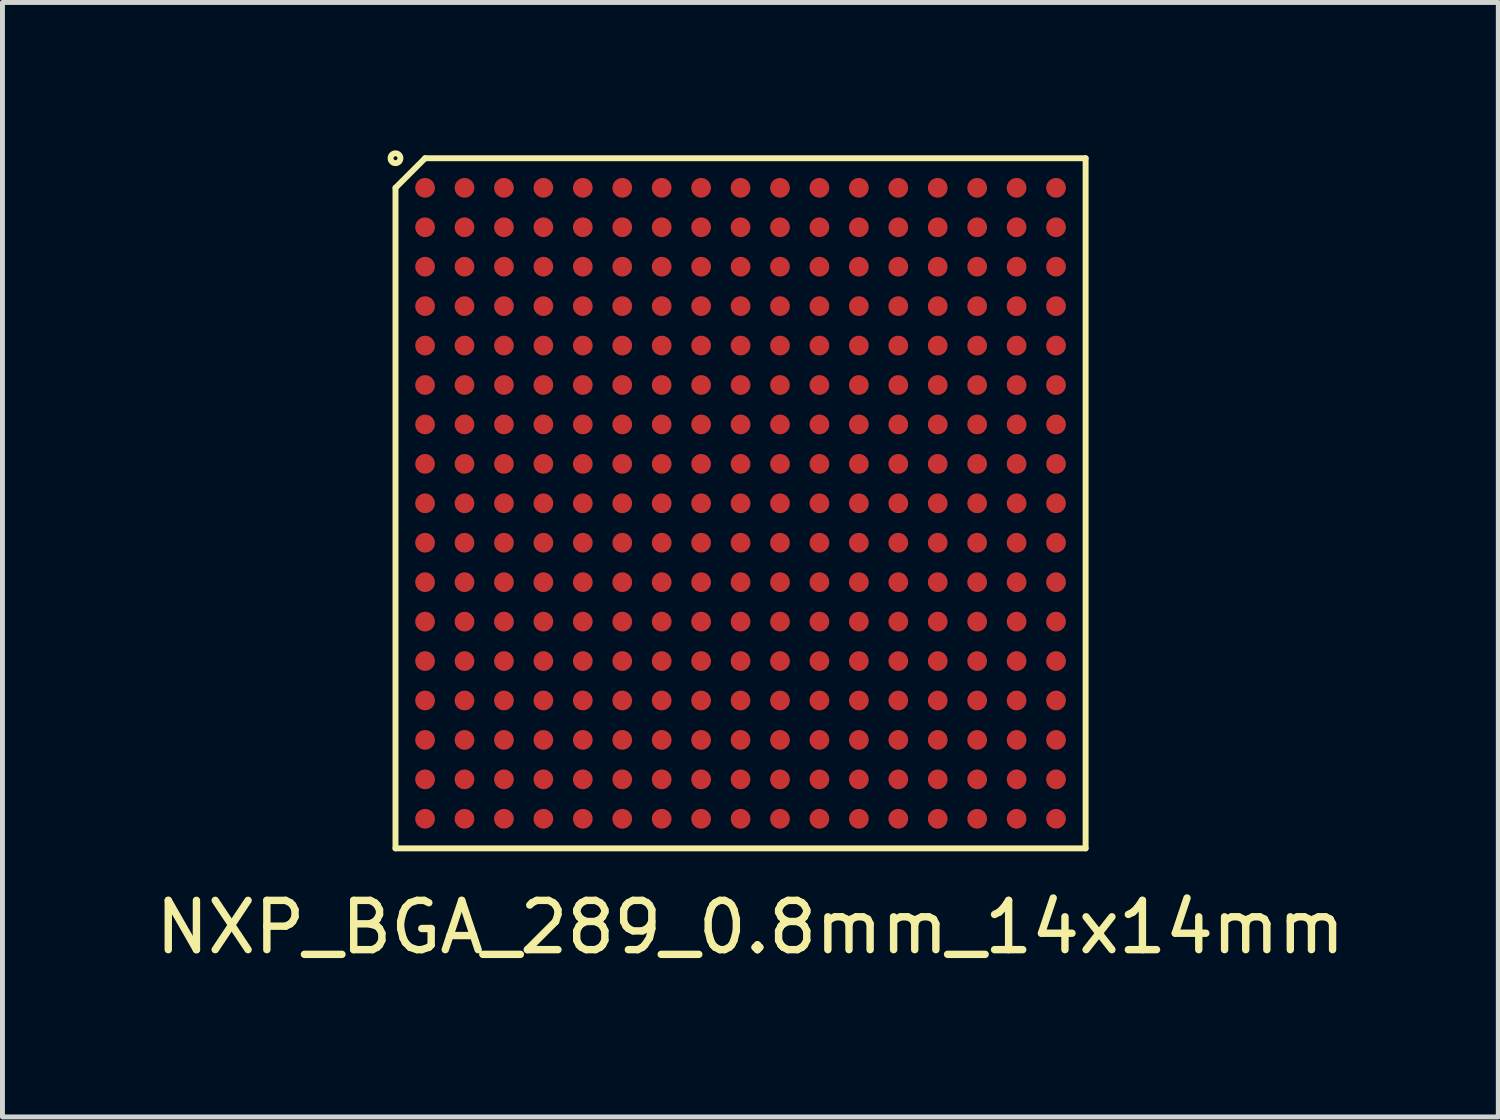
<source format=kicad_pcb>
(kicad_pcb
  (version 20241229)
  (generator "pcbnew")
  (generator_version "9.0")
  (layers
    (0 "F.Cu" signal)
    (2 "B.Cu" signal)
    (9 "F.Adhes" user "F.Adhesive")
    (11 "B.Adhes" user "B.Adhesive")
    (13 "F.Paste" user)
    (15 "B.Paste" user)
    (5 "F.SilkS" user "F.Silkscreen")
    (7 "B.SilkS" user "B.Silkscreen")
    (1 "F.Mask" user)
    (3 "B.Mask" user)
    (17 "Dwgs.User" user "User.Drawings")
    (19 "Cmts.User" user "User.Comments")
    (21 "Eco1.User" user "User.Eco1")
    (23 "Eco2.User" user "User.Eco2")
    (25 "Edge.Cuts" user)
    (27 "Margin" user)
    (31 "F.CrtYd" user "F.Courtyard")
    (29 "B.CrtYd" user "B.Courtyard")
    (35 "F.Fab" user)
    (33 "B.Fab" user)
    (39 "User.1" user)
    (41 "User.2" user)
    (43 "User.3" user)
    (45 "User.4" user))
  (footprint "NXP_BGA_289_0.8mm_14x14mm"
    (layer "F.Cu")
    (at 11.973 7.16)
    (property "Reference" "NXP_BGA_289_0.8mm_14x14mm" (at 0.2 8.6 0) (unlocked yes) (layer "F.SilkS") (effects (font (size 1 1) (thickness 0.15))))
    (attr through_hole)
    (fp_line (start -7 -6.4) (end -7 7) (stroke (width 0.12) (type solid)) (layer "F.SilkS"))
    (fp_line (start -7 7) (end 7 7) (stroke (width 0.12) (type solid)) (layer "F.SilkS"))
    (fp_line (start -6.4 -7) (end -7 -6.4) (stroke (width 0.12) (type solid)) (layer "F.SilkS"))
    (fp_line (start 7 -7) (end -6.4 -7) (stroke (width 0.12) (type solid)) (layer "F.SilkS"))
    (fp_line (start 7 7) (end 7 -7) (stroke (width 0.12) (type solid)) (layer "F.SilkS"))
    (fp_circle (center -7 -7) (end -6.9 -7) (stroke (width 0.12) (type solid)) (fill no) (layer "F.SilkS"))
    (pad "A1" smd circle (at -6.4 -6.4) (size 0.4 0.4) (layers "F.Cu" "F.Mask" "F.Paste"))
    (pad "A2" smd circle (at -5.6 -6.4) (size 0.4 0.4) (layers "F.Cu" "F.Mask" "F.Paste"))
    (pad "A3" smd circle (at -4.8 -6.4) (size 0.4 0.4) (layers "F.Cu" "F.Mask" "F.Paste"))
    (pad "A4" smd circle (at -4 -6.4) (size 0.4 0.4) (layers "F.Cu" "F.Mask" "F.Paste"))
    (pad "A5" smd circle (at -3.2 -6.4) (size 0.4 0.4) (layers "F.Cu" "F.Mask" "F.Paste"))
    (pad "A6" smd circle (at -2.4 -6.4) (size 0.4 0.4) (layers "F.Cu" "F.Mask" "F.Paste"))
    (pad "A7" smd circle (at -1.6 -6.4) (size 0.4 0.4) (layers "F.Cu" "F.Mask" "F.Paste"))
    (pad "A8" smd circle (at -0.8 -6.4) (size 0.4 0.4) (layers "F.Cu" "F.Mask" "F.Paste"))
    (pad "A9" smd circle (at 0 -6.4) (size 0.4 0.4) (layers "F.Cu" "F.Mask" "F.Paste"))
    (pad "A10" smd circle (at 0.8 -6.4) (size 0.4 0.4) (layers "F.Cu" "F.Mask" "F.Paste"))
    (pad "A11" smd circle (at 1.6 -6.4) (size 0.4 0.4) (layers "F.Cu" "F.Mask" "F.Paste"))
    (pad "A12" smd circle (at 2.4 -6.4) (size 0.4 0.4) (layers "F.Cu" "F.Mask" "F.Paste"))
    (pad "A13" smd circle (at 3.2 -6.4) (size 0.4 0.4) (layers "F.Cu" "F.Mask" "F.Paste"))
    (pad "A14" smd circle (at 4 -6.4) (size 0.4 0.4) (layers "F.Cu" "F.Mask" "F.Paste"))
    (pad "A15" smd circle (at 4.8 -6.4) (size 0.4 0.4) (layers "F.Cu" "F.Mask" "F.Paste"))
    (pad "A16" smd circle (at 5.6 -6.4) (size 0.4 0.4) (layers "F.Cu" "F.Mask" "F.Paste"))
    (pad "A17" smd circle (at 6.4 -6.4) (size 0.4 0.4) (layers "F.Cu" "F.Mask" "F.Paste"))
    (pad "B1" smd circle (at -6.4 -5.6) (size 0.4 0.4) (layers "F.Cu" "F.Mask" "F.Paste"))
    (pad "B2" smd circle (at -5.6 -5.6) (size 0.4 0.4) (layers "F.Cu" "F.Mask" "F.Paste"))
    (pad "B3" smd circle (at -4.8 -5.6) (size 0.4 0.4) (layers "F.Cu" "F.Mask" "F.Paste"))
    (pad "B4" smd circle (at -4 -5.6) (size 0.4 0.4) (layers "F.Cu" "F.Mask" "F.Paste"))
    (pad "B5" smd circle (at -3.2 -5.6) (size 0.4 0.4) (layers "F.Cu" "F.Mask" "F.Paste"))
    (pad "B6" smd circle (at -2.4 -5.6) (size 0.4 0.4) (layers "F.Cu" "F.Mask" "F.Paste"))
    (pad "B7" smd circle (at -1.6 -5.6) (size 0.4 0.4) (layers "F.Cu" "F.Mask" "F.Paste"))
    (pad "B8" smd circle (at -0.8 -5.6) (size 0.4 0.4) (layers "F.Cu" "F.Mask" "F.Paste"))
    (pad "B9" smd circle (at 0 -5.6) (size 0.4 0.4) (layers "F.Cu" "F.Mask" "F.Paste"))
    (pad "B10" smd circle (at 0.8 -5.6) (size 0.4 0.4) (layers "F.Cu" "F.Mask" "F.Paste"))
    (pad "B11" smd circle (at 1.6 -5.6) (size 0.4 0.4) (layers "F.Cu" "F.Mask" "F.Paste"))
    (pad "B12" smd circle (at 2.4 -5.6) (size 0.4 0.4) (layers "F.Cu" "F.Mask" "F.Paste"))
    (pad "B13" smd circle (at 3.2 -5.6) (size 0.4 0.4) (layers "F.Cu" "F.Mask" "F.Paste"))
    (pad "B14" smd circle (at 4 -5.6) (size 0.4 0.4) (layers "F.Cu" "F.Mask" "F.Paste"))
    (pad "B15" smd circle (at 4.8 -5.6) (size 0.4 0.4) (layers "F.Cu" "F.Mask" "F.Paste"))
    (pad "B16" smd circle (at 5.6 -5.6) (size 0.4 0.4) (layers "F.Cu" "F.Mask" "F.Paste"))
    (pad "B17" smd circle (at 6.4 -5.6) (size 0.4 0.4) (layers "F.Cu" "F.Mask" "F.Paste"))
    (pad "C1" smd circle (at -6.4 -4.8) (size 0.4 0.4) (layers "F.Cu" "F.Mask" "F.Paste"))
    (pad "C2" smd circle (at -5.6 -4.8) (size 0.4 0.4) (layers "F.Cu" "F.Mask" "F.Paste"))
    (pad "C3" smd circle (at -4.8 -4.8) (size 0.4 0.4) (layers "F.Cu" "F.Mask" "F.Paste"))
    (pad "C4" smd circle (at -4 -4.8) (size 0.4 0.4) (layers "F.Cu" "F.Mask" "F.Paste"))
    (pad "C5" smd circle (at -3.2 -4.8) (size 0.4 0.4) (layers "F.Cu" "F.Mask" "F.Paste"))
    (pad "C6" smd circle (at -2.4 -4.8) (size 0.4 0.4) (layers "F.Cu" "F.Mask" "F.Paste"))
    (pad "C7" smd circle (at -1.6 -4.8) (size 0.4 0.4) (layers "F.Cu" "F.Mask" "F.Paste"))
    (pad "C8" smd circle (at -0.8 -4.8) (size 0.4 0.4) (layers "F.Cu" "F.Mask" "F.Paste"))
    (pad "C9" smd circle (at 0 -4.8) (size 0.4 0.4) (layers "F.Cu" "F.Mask" "F.Paste"))
    (pad "C10" smd circle (at 0.8 -4.8) (size 0.4 0.4) (layers "F.Cu" "F.Mask" "F.Paste"))
    (pad "C11" smd circle (at 1.6 -4.8) (size 0.4 0.4) (layers "F.Cu" "F.Mask" "F.Paste"))
    (pad "C12" smd circle (at 2.4 -4.8) (size 0.4 0.4) (layers "F.Cu" "F.Mask" "F.Paste"))
    (pad "C13" smd circle (at 3.2 -4.8) (size 0.4 0.4) (layers "F.Cu" "F.Mask" "F.Paste"))
    (pad "C14" smd circle (at 4 -4.8) (size 0.4 0.4) (layers "F.Cu" "F.Mask" "F.Paste"))
    (pad "C15" smd circle (at 4.8 -4.8) (size 0.4 0.4) (layers "F.Cu" "F.Mask" "F.Paste"))
    (pad "C16" smd circle (at 5.6 -4.8) (size 0.4 0.4) (layers "F.Cu" "F.Mask" "F.Paste"))
    (pad "C17" smd circle (at 6.4 -4.8) (size 0.4 0.4) (layers "F.Cu" "F.Mask" "F.Paste"))
    (pad "D1" smd circle (at -6.4 -4) (size 0.4 0.4) (layers "F.Cu" "F.Mask" "F.Paste"))
    (pad "D2" smd circle (at -5.6 -4) (size 0.4 0.4) (layers "F.Cu" "F.Mask" "F.Paste"))
    (pad "D3" smd circle (at -4.8 -4) (size 0.4 0.4) (layers "F.Cu" "F.Mask" "F.Paste"))
    (pad "D4" smd circle (at -4 -4) (size 0.4 0.4) (layers "F.Cu" "F.Mask" "F.Paste"))
    (pad "D5" smd circle (at -3.2 -4) (size 0.4 0.4) (layers "F.Cu" "F.Mask" "F.Paste"))
    (pad "D6" smd circle (at -2.4 -4) (size 0.4 0.4) (layers "F.Cu" "F.Mask" "F.Paste"))
    (pad "D7" smd circle (at -1.6 -4) (size 0.4 0.4) (layers "F.Cu" "F.Mask" "F.Paste"))
    (pad "D8" smd circle (at -0.8 -4) (size 0.4 0.4) (layers "F.Cu" "F.Mask" "F.Paste"))
    (pad "D9" smd circle (at 0 -4) (size 0.4 0.4) (layers "F.Cu" "F.Mask" "F.Paste"))
    (pad "D10" smd circle (at 0.8 -4) (size 0.4 0.4) (layers "F.Cu" "F.Mask" "F.Paste"))
    (pad "D11" smd circle (at 1.6 -4) (size 0.4 0.4) (layers "F.Cu" "F.Mask" "F.Paste"))
    (pad "D12" smd circle (at 2.4 -4) (size 0.4 0.4) (layers "F.Cu" "F.Mask" "F.Paste"))
    (pad "D13" smd circle (at 3.2 -4) (size 0.4 0.4) (layers "F.Cu" "F.Mask" "F.Paste"))
    (pad "D14" smd circle (at 4 -4) (size 0.4 0.4) (layers "F.Cu" "F.Mask" "F.Paste"))
    (pad "D15" smd circle (at 4.8 -4) (size 0.4 0.4) (layers "F.Cu" "F.Mask" "F.Paste"))
    (pad "D16" smd circle (at 5.6 -4) (size 0.4 0.4) (layers "F.Cu" "F.Mask" "F.Paste"))
    (pad "D17" smd circle (at 6.4 -4) (size 0.4 0.4) (layers "F.Cu" "F.Mask" "F.Paste"))
    (pad "E1" smd circle (at -6.4 -3.2) (size 0.4 0.4) (layers "F.Cu" "F.Mask" "F.Paste"))
    (pad "E2" smd circle (at -5.6 -3.2) (size 0.4 0.4) (layers "F.Cu" "F.Mask" "F.Paste"))
    (pad "E3" smd circle (at -4.8 -3.2) (size 0.4 0.4) (layers "F.Cu" "F.Mask" "F.Paste"))
    (pad "E4" smd circle (at -4 -3.2) (size 0.4 0.4) (layers "F.Cu" "F.Mask" "F.Paste"))
    (pad "E5" smd circle (at -3.2 -3.2) (size 0.4 0.4) (layers "F.Cu" "F.Mask" "F.Paste"))
    (pad "E6" smd circle (at -2.4 -3.2) (size 0.4 0.4) (layers "F.Cu" "F.Mask" "F.Paste"))
    (pad "E7" smd circle (at -1.6 -3.2) (size 0.4 0.4) (layers "F.Cu" "F.Mask" "F.Paste"))
    (pad "E8" smd circle (at -0.8 -3.2) (size 0.4 0.4) (layers "F.Cu" "F.Mask" "F.Paste"))
    (pad "E9" smd circle (at 0 -3.2) (size 0.4 0.4) (layers "F.Cu" "F.Mask" "F.Paste"))
    (pad "E10" smd circle (at 0.8 -3.2) (size 0.4 0.4) (layers "F.Cu" "F.Mask" "F.Paste"))
    (pad "E11" smd circle (at 1.6 -3.2) (size 0.4 0.4) (layers "F.Cu" "F.Mask" "F.Paste"))
    (pad "E12" smd circle (at 2.4 -3.2) (size 0.4 0.4) (layers "F.Cu" "F.Mask" "F.Paste"))
    (pad "E13" smd circle (at 3.2 -3.2) (size 0.4 0.4) (layers "F.Cu" "F.Mask" "F.Paste"))
    (pad "E14" smd circle (at 4 -3.2) (size 0.4 0.4) (layers "F.Cu" "F.Mask" "F.Paste"))
    (pad "E15" smd circle (at 4.8 -3.2) (size 0.4 0.4) (layers "F.Cu" "F.Mask" "F.Paste"))
    (pad "E16" smd circle (at 5.6 -3.2) (size 0.4 0.4) (layers "F.Cu" "F.Mask" "F.Paste"))
    (pad "E17" smd circle (at 6.4 -3.2) (size 0.4 0.4) (layers "F.Cu" "F.Mask" "F.Paste"))
    (pad "F1" smd circle (at -6.4 -2.4) (size 0.4 0.4) (layers "F.Cu" "F.Mask" "F.Paste"))
    (pad "F2" smd circle (at -5.6 -2.4) (size 0.4 0.4) (layers "F.Cu" "F.Mask" "F.Paste"))
    (pad "F3" smd circle (at -4.8 -2.4) (size 0.4 0.4) (layers "F.Cu" "F.Mask" "F.Paste"))
    (pad "F4" smd circle (at -4 -2.4) (size 0.4 0.4) (layers "F.Cu" "F.Mask" "F.Paste"))
    (pad "F5" smd circle (at -3.2 -2.4) (size 0.4 0.4) (layers "F.Cu" "F.Mask" "F.Paste"))
    (pad "F6" smd circle (at -2.4 -2.4) (size 0.4 0.4) (layers "F.Cu" "F.Mask" "F.Paste"))
    (pad "F7" smd circle (at -1.6 -2.4) (size 0.4 0.4) (layers "F.Cu" "F.Mask" "F.Paste"))
    (pad "F8" smd circle (at -0.8 -2.4) (size 0.4 0.4) (layers "F.Cu" "F.Mask" "F.Paste"))
    (pad "F9" smd circle (at 0 -2.4) (size 0.4 0.4) (layers "F.Cu" "F.Mask" "F.Paste"))
    (pad "F10" smd circle (at 0.8 -2.4) (size 0.4 0.4) (layers "F.Cu" "F.Mask" "F.Paste"))
    (pad "F11" smd circle (at 1.6 -2.4) (size 0.4 0.4) (layers "F.Cu" "F.Mask" "F.Paste"))
    (pad "F12" smd circle (at 2.4 -2.4) (size 0.4 0.4) (layers "F.Cu" "F.Mask" "F.Paste"))
    (pad "F13" smd circle (at 3.2 -2.4) (size 0.4 0.4) (layers "F.Cu" "F.Mask" "F.Paste"))
    (pad "F14" smd circle (at 4 -2.4) (size 0.4 0.4) (layers "F.Cu" "F.Mask" "F.Paste"))
    (pad "F15" smd circle (at 4.8 -2.4) (size 0.4 0.4) (layers "F.Cu" "F.Mask" "F.Paste"))
    (pad "F16" smd circle (at 5.6 -2.4) (size 0.4 0.4) (layers "F.Cu" "F.Mask" "F.Paste"))
    (pad "F17" smd circle (at 6.4 -2.4) (size 0.4 0.4) (layers "F.Cu" "F.Mask" "F.Paste"))
    (pad "G1" smd circle (at -6.4 -1.6) (size 0.4 0.4) (layers "F.Cu" "F.Mask" "F.Paste"))
    (pad "G2" smd circle (at -5.6 -1.6) (size 0.4 0.4) (layers "F.Cu" "F.Mask" "F.Paste"))
    (pad "G3" smd circle (at -4.8 -1.6) (size 0.4 0.4) (layers "F.Cu" "F.Mask" "F.Paste"))
    (pad "G4" smd circle (at -4 -1.6) (size 0.4 0.4) (layers "F.Cu" "F.Mask" "F.Paste"))
    (pad "G5" smd circle (at -3.2 -1.6) (size 0.4 0.4) (layers "F.Cu" "F.Mask" "F.Paste"))
    (pad "G6" smd circle (at -2.4 -1.6) (size 0.4 0.4) (layers "F.Cu" "F.Mask" "F.Paste"))
    (pad "G7" smd circle (at -1.6 -1.6) (size 0.4 0.4) (layers "F.Cu" "F.Mask" "F.Paste"))
    (pad "G8" smd circle (at -0.8 -1.6) (size 0.4 0.4) (layers "F.Cu" "F.Mask" "F.Paste"))
    (pad "G9" smd circle (at 0 -1.6) (size 0.4 0.4) (layers "F.Cu" "F.Mask" "F.Paste"))
    (pad "G10" smd circle (at 0.8 -1.6) (size 0.4 0.4) (layers "F.Cu" "F.Mask" "F.Paste"))
    (pad "G11" smd circle (at 1.6 -1.6) (size 0.4 0.4) (layers "F.Cu" "F.Mask" "F.Paste"))
    (pad "G12" smd circle (at 2.4 -1.6) (size 0.4 0.4) (layers "F.Cu" "F.Mask" "F.Paste"))
    (pad "G13" smd circle (at 3.2 -1.6) (size 0.4 0.4) (layers "F.Cu" "F.Mask" "F.Paste"))
    (pad "G14" smd circle (at 4 -1.6) (size 0.4 0.4) (layers "F.Cu" "F.Mask" "F.Paste"))
    (pad "G15" smd circle (at 4.8 -1.6) (size 0.4 0.4) (layers "F.Cu" "F.Mask" "F.Paste"))
    (pad "G16" smd circle (at 5.6 -1.6) (size 0.4 0.4) (layers "F.Cu" "F.Mask" "F.Paste"))
    (pad "G17" smd circle (at 6.4 -1.6) (size 0.4 0.4) (layers "F.Cu" "F.Mask" "F.Paste"))
    (pad "H1" smd circle (at -6.4 -0.8) (size 0.4 0.4) (layers "F.Cu" "F.Mask" "F.Paste"))
    (pad "H2" smd circle (at -5.6 -0.8) (size 0.4 0.4) (layers "F.Cu" "F.Mask" "F.Paste"))
    (pad "H3" smd circle (at -4.8 -0.8) (size 0.4 0.4) (layers "F.Cu" "F.Mask" "F.Paste"))
    (pad "H4" smd circle (at -4 -0.8) (size 0.4 0.4) (layers "F.Cu" "F.Mask" "F.Paste"))
    (pad "H5" smd circle (at -3.2 -0.8) (size 0.4 0.4) (layers "F.Cu" "F.Mask" "F.Paste"))
    (pad "H6" smd circle (at -2.4 -0.8) (size 0.4 0.4) (layers "F.Cu" "F.Mask" "F.Paste"))
    (pad "H7" smd circle (at -1.6 -0.8) (size 0.4 0.4) (layers "F.Cu" "F.Mask" "F.Paste"))
    (pad "H8" smd circle (at -0.8 -0.8) (size 0.4 0.4) (layers "F.Cu" "F.Mask" "F.Paste"))
    (pad "H9" smd circle (at 0 -0.8) (size 0.4 0.4) (layers "F.Cu" "F.Mask" "F.Paste"))
    (pad "H10" smd circle (at 0.8 -0.8) (size 0.4 0.4) (layers "F.Cu" "F.Mask" "F.Paste"))
    (pad "H11" smd circle (at 1.6 -0.8) (size 0.4 0.4) (layers "F.Cu" "F.Mask" "F.Paste"))
    (pad "H12" smd circle (at 2.4 -0.8) (size 0.4 0.4) (layers "F.Cu" "F.Mask" "F.Paste"))
    (pad "H13" smd circle (at 3.2 -0.8) (size 0.4 0.4) (layers "F.Cu" "F.Mask" "F.Paste"))
    (pad "H14" smd circle (at 4 -0.8) (size 0.4 0.4) (layers "F.Cu" "F.Mask" "F.Paste"))
    (pad "H15" smd circle (at 4.8 -0.8) (size 0.4 0.4) (layers "F.Cu" "F.Mask" "F.Paste"))
    (pad "H16" smd circle (at 5.6 -0.8) (size 0.4 0.4) (layers "F.Cu" "F.Mask" "F.Paste"))
    (pad "H17" smd circle (at 6.4 -0.8) (size 0.4 0.4) (layers "F.Cu" "F.Mask" "F.Paste"))
    (pad "J1" smd circle (at -6.4 0) (size 0.4 0.4) (layers "F.Cu" "F.Mask" "F.Paste"))
    (pad "J2" smd circle (at -5.6 0) (size 0.4 0.4) (layers "F.Cu" "F.Mask" "F.Paste"))
    (pad "J3" smd circle (at -4.8 0) (size 0.4 0.4) (layers "F.Cu" "F.Mask" "F.Paste"))
    (pad "J4" smd circle (at -4 0) (size 0.4 0.4) (layers "F.Cu" "F.Mask" "F.Paste"))
    (pad "J5" smd circle (at -3.2 0) (size 0.4 0.4) (layers "F.Cu" "F.Mask" "F.Paste"))
    (pad "J6" smd circle (at -2.4 0) (size 0.4 0.4) (layers "F.Cu" "F.Mask" "F.Paste"))
    (pad "J7" smd circle (at -1.6 0) (size 0.4 0.4) (layers "F.Cu" "F.Mask" "F.Paste"))
    (pad "J8" smd circle (at -0.8 0) (size 0.4 0.4) (layers "F.Cu" "F.Mask" "F.Paste"))
    (pad "J9" smd circle (at 0 0) (size 0.4 0.4) (layers "F.Cu" "F.Mask" "F.Paste"))
    (pad "J10" smd circle (at 0.8 0) (size 0.4 0.4) (layers "F.Cu" "F.Mask" "F.Paste"))
    (pad "J11" smd circle (at 1.6 0) (size 0.4 0.4) (layers "F.Cu" "F.Mask" "F.Paste"))
    (pad "J12" smd circle (at 2.4 0) (size 0.4 0.4) (layers "F.Cu" "F.Mask" "F.Paste"))
    (pad "J13" smd circle (at 3.2 0) (size 0.4 0.4) (layers "F.Cu" "F.Mask" "F.Paste"))
    (pad "J14" smd circle (at 4 0) (size 0.4 0.4) (layers "F.Cu" "F.Mask" "F.Paste"))
    (pad "J15" smd circle (at 4.8 0) (size 0.4 0.4) (layers "F.Cu" "F.Mask" "F.Paste"))
    (pad "J16" smd circle (at 5.6 0) (size 0.4 0.4) (layers "F.Cu" "F.Mask" "F.Paste"))
    (pad "J17" smd circle (at 6.4 0) (size 0.4 0.4) (layers "F.Cu" "F.Mask" "F.Paste"))
    (pad "K1" smd circle (at -6.4 0.8) (size 0.4 0.4) (layers "F.Cu" "F.Mask" "F.Paste"))
    (pad "K2" smd circle (at -5.6 0.8) (size 0.4 0.4) (layers "F.Cu" "F.Mask" "F.Paste"))
    (pad "K3" smd circle (at -4.8 0.8) (size 0.4 0.4) (layers "F.Cu" "F.Mask" "F.Paste"))
    (pad "K4" smd circle (at -4 0.8) (size 0.4 0.4) (layers "F.Cu" "F.Mask" "F.Paste"))
    (pad "K5" smd circle (at -3.2 0.8) (size 0.4 0.4) (layers "F.Cu" "F.Mask" "F.Paste"))
    (pad "K6" smd circle (at -2.4 0.8) (size 0.4 0.4) (layers "F.Cu" "F.Mask" "F.Paste"))
    (pad "K7" smd circle (at -1.6 0.8) (size 0.4 0.4) (layers "F.Cu" "F.Mask" "F.Paste"))
    (pad "K8" smd circle (at -0.8 0.8) (size 0.4 0.4) (layers "F.Cu" "F.Mask" "F.Paste"))
    (pad "K9" smd circle (at 0 0.8) (size 0.4 0.4) (layers "F.Cu" "F.Mask" "F.Paste"))
    (pad "K10" smd circle (at 0.8 0.8) (size 0.4 0.4) (layers "F.Cu" "F.Mask" "F.Paste"))
    (pad "K11" smd circle (at 1.6 0.8) (size 0.4 0.4) (layers "F.Cu" "F.Mask" "F.Paste"))
    (pad "K12" smd circle (at 2.4 0.8) (size 0.4 0.4) (layers "F.Cu" "F.Mask" "F.Paste"))
    (pad "K13" smd circle (at 3.2 0.8) (size 0.4 0.4) (layers "F.Cu" "F.Mask" "F.Paste"))
    (pad "K14" smd circle (at 4 0.8) (size 0.4 0.4) (layers "F.Cu" "F.Mask" "F.Paste"))
    (pad "K15" smd circle (at 4.8 0.8) (size 0.4 0.4) (layers "F.Cu" "F.Mask" "F.Paste"))
    (pad "K16" smd circle (at 5.6 0.8) (size 0.4 0.4) (layers "F.Cu" "F.Mask" "F.Paste"))
    (pad "K17" smd circle (at 6.4 0.8) (size 0.4 0.4) (layers "F.Cu" "F.Mask" "F.Paste"))
    (pad "L1" smd circle (at -6.4 1.6) (size 0.4 0.4) (layers "F.Cu" "F.Mask" "F.Paste"))
    (pad "L2" smd circle (at -5.6 1.6) (size 0.4 0.4) (layers "F.Cu" "F.Mask" "F.Paste"))
    (pad "L3" smd circle (at -4.8 1.6) (size 0.4 0.4) (layers "F.Cu" "F.Mask" "F.Paste"))
    (pad "L4" smd circle (at -4 1.6) (size 0.4 0.4) (layers "F.Cu" "F.Mask" "F.Paste"))
    (pad "L5" smd circle (at -3.2 1.6) (size 0.4 0.4) (layers "F.Cu" "F.Mask" "F.Paste"))
    (pad "L6" smd circle (at -2.4 1.6) (size 0.4 0.4) (layers "F.Cu" "F.Mask" "F.Paste"))
    (pad "L7" smd circle (at -1.6 1.6) (size 0.4 0.4) (layers "F.Cu" "F.Mask" "F.Paste"))
    (pad "L8" smd circle (at -0.8 1.6) (size 0.4 0.4) (layers "F.Cu" "F.Mask" "F.Paste"))
    (pad "L9" smd circle (at 0 1.6) (size 0.4 0.4) (layers "F.Cu" "F.Mask" "F.Paste"))
    (pad "L10" smd circle (at 0.8 1.6) (size 0.4 0.4) (layers "F.Cu" "F.Mask" "F.Paste"))
    (pad "L11" smd circle (at 1.6 1.6) (size 0.4 0.4) (layers "F.Cu" "F.Mask" "F.Paste"))
    (pad "L12" smd circle (at 2.4 1.6) (size 0.4 0.4) (layers "F.Cu" "F.Mask" "F.Paste"))
    (pad "L13" smd circle (at 3.2 1.6) (size 0.4 0.4) (layers "F.Cu" "F.Mask" "F.Paste"))
    (pad "L14" smd circle (at 4 1.6) (size 0.4 0.4) (layers "F.Cu" "F.Mask" "F.Paste"))
    (pad "L15" smd circle (at 4.8 1.6) (size 0.4 0.4) (layers "F.Cu" "F.Mask" "F.Paste"))
    (pad "L16" smd circle (at 5.6 1.6) (size 0.4 0.4) (layers "F.Cu" "F.Mask" "F.Paste"))
    (pad "L17" smd circle (at 6.4 1.6) (size 0.4 0.4) (layers "F.Cu" "F.Mask" "F.Paste"))
    (pad "M1" smd circle (at -6.4 2.4) (size 0.4 0.4) (layers "F.Cu" "F.Mask" "F.Paste"))
    (pad "M2" smd circle (at -5.6 2.4) (size 0.4 0.4) (layers "F.Cu" "F.Mask" "F.Paste"))
    (pad "M3" smd circle (at -4.8 2.4) (size 0.4 0.4) (layers "F.Cu" "F.Mask" "F.Paste"))
    (pad "M4" smd circle (at -4 2.4) (size 0.4 0.4) (layers "F.Cu" "F.Mask" "F.Paste"))
    (pad "M5" smd circle (at -3.2 2.4) (size 0.4 0.4) (layers "F.Cu" "F.Mask" "F.Paste"))
    (pad "M6" smd circle (at -2.4 2.4) (size 0.4 0.4) (layers "F.Cu" "F.Mask" "F.Paste"))
    (pad "M7" smd circle (at -1.6 2.4) (size 0.4 0.4) (layers "F.Cu" "F.Mask" "F.Paste"))
    (pad "M8" smd circle (at -0.8 2.4) (size 0.4 0.4) (layers "F.Cu" "F.Mask" "F.Paste"))
    (pad "M9" smd circle (at 0 2.4) (size 0.4 0.4) (layers "F.Cu" "F.Mask" "F.Paste"))
    (pad "M10" smd circle (at 0.8 2.4) (size 0.4 0.4) (layers "F.Cu" "F.Mask" "F.Paste"))
    (pad "M11" smd circle (at 1.6 2.4) (size 0.4 0.4) (layers "F.Cu" "F.Mask" "F.Paste"))
    (pad "M12" smd circle (at 2.4 2.4) (size 0.4 0.4) (layers "F.Cu" "F.Mask" "F.Paste"))
    (pad "M13" smd circle (at 3.2 2.4) (size 0.4 0.4) (layers "F.Cu" "F.Mask" "F.Paste"))
    (pad "M14" smd circle (at 4 2.4) (size 0.4 0.4) (layers "F.Cu" "F.Mask" "F.Paste"))
    (pad "M15" smd circle (at 4.8 2.4) (size 0.4 0.4) (layers "F.Cu" "F.Mask" "F.Paste"))
    (pad "M16" smd circle (at 5.6 2.4) (size 0.4 0.4) (layers "F.Cu" "F.Mask" "F.Paste"))
    (pad "M17" smd circle (at 6.4 2.4) (size 0.4 0.4) (layers "F.Cu" "F.Mask" "F.Paste"))
    (pad "N1" smd circle (at -6.4 3.2) (size 0.4 0.4) (layers "F.Cu" "F.Mask" "F.Paste"))
    (pad "N2" smd circle (at -5.6 3.2) (size 0.4 0.4) (layers "F.Cu" "F.Mask" "F.Paste"))
    (pad "N3" smd circle (at -4.8 3.2) (size 0.4 0.4) (layers "F.Cu" "F.Mask" "F.Paste"))
    (pad "N4" smd circle (at -4 3.2) (size 0.4 0.4) (layers "F.Cu" "F.Mask" "F.Paste"))
    (pad "N5" smd circle (at -3.2 3.2) (size 0.4 0.4) (layers "F.Cu" "F.Mask" "F.Paste"))
    (pad "N6" smd circle (at -2.4 3.2) (size 0.4 0.4) (layers "F.Cu" "F.Mask" "F.Paste"))
    (pad "N7" smd circle (at -1.6 3.2) (size 0.4 0.4) (layers "F.Cu" "F.Mask" "F.Paste"))
    (pad "N8" smd circle (at -0.8 3.2) (size 0.4 0.4) (layers "F.Cu" "F.Mask" "F.Paste"))
    (pad "N9" smd circle (at 0 3.2) (size 0.4 0.4) (layers "F.Cu" "F.Mask" "F.Paste"))
    (pad "N10" smd circle (at 0.8 3.2) (size 0.4 0.4) (layers "F.Cu" "F.Mask" "F.Paste"))
    (pad "N11" smd circle (at 1.6 3.2) (size 0.4 0.4) (layers "F.Cu" "F.Mask" "F.Paste"))
    (pad "N12" smd circle (at 2.4 3.2) (size 0.4 0.4) (layers "F.Cu" "F.Mask" "F.Paste"))
    (pad "N13" smd circle (at 3.2 3.2) (size 0.4 0.4) (layers "F.Cu" "F.Mask" "F.Paste"))
    (pad "N14" smd circle (at 4 3.2) (size 0.4 0.4) (layers "F.Cu" "F.Mask" "F.Paste"))
    (pad "N15" smd circle (at 4.8 3.2) (size 0.4 0.4) (layers "F.Cu" "F.Mask" "F.Paste"))
    (pad "N16" smd circle (at 5.6 3.2) (size 0.4 0.4) (layers "F.Cu" "F.Mask" "F.Paste"))
    (pad "N17" smd circle (at 6.4 3.2) (size 0.4 0.4) (layers "F.Cu" "F.Mask" "F.Paste"))
    (pad "P1" smd circle (at -6.4 4) (size 0.4 0.4) (layers "F.Cu" "F.Mask" "F.Paste"))
    (pad "P2" smd circle (at -5.6 4) (size 0.4 0.4) (layers "F.Cu" "F.Mask" "F.Paste"))
    (pad "P3" smd circle (at -4.8 4) (size 0.4 0.4) (layers "F.Cu" "F.Mask" "F.Paste"))
    (pad "P4" smd circle (at -4 4) (size 0.4 0.4) (layers "F.Cu" "F.Mask" "F.Paste"))
    (pad "P5" smd circle (at -3.2 4) (size 0.4 0.4) (layers "F.Cu" "F.Mask" "F.Paste"))
    (pad "P6" smd circle (at -2.4 4) (size 0.4 0.4) (layers "F.Cu" "F.Mask" "F.Paste"))
    (pad "P7" smd circle (at -1.6 4) (size 0.4 0.4) (layers "F.Cu" "F.Mask" "F.Paste"))
    (pad "P8" smd circle (at -0.8 4) (size 0.4 0.4) (layers "F.Cu" "F.Mask" "F.Paste"))
    (pad "P9" smd circle (at 0 4) (size 0.4 0.4) (layers "F.Cu" "F.Mask" "F.Paste"))
    (pad "P10" smd circle (at 0.8 4) (size 0.4 0.4) (layers "F.Cu" "F.Mask" "F.Paste"))
    (pad "P11" smd circle (at 1.6 4) (size 0.4 0.4) (layers "F.Cu" "F.Mask" "F.Paste"))
    (pad "P12" smd circle (at 2.4 4) (size 0.4 0.4) (layers "F.Cu" "F.Mask" "F.Paste"))
    (pad "P13" smd circle (at 3.2 4) (size 0.4 0.4) (layers "F.Cu" "F.Mask" "F.Paste"))
    (pad "P14" smd circle (at 4 4) (size 0.4 0.4) (layers "F.Cu" "F.Mask" "F.Paste"))
    (pad "P15" smd circle (at 4.8 4) (size 0.4 0.4) (layers "F.Cu" "F.Mask" "F.Paste"))
    (pad "P16" smd circle (at 5.6 4) (size 0.4 0.4) (layers "F.Cu" "F.Mask" "F.Paste"))
    (pad "P17" smd circle (at 6.4 4) (size 0.4 0.4) (layers "F.Cu" "F.Mask" "F.Paste"))
    (pad "R1" smd circle (at -6.4 4.8) (size 0.4 0.4) (layers "F.Cu" "F.Mask" "F.Paste"))
    (pad "R2" smd circle (at -5.6 4.8) (size 0.4 0.4) (layers "F.Cu" "F.Mask" "F.Paste"))
    (pad "R3" smd circle (at -4.8 4.8) (size 0.4 0.4) (layers "F.Cu" "F.Mask" "F.Paste"))
    (pad "R4" smd circle (at -4 4.8) (size 0.4 0.4) (layers "F.Cu" "F.Mask" "F.Paste"))
    (pad "R5" smd circle (at -3.2 4.8) (size 0.4 0.4) (layers "F.Cu" "F.Mask" "F.Paste"))
    (pad "R6" smd circle (at -2.4 4.8) (size 0.4 0.4) (layers "F.Cu" "F.Mask" "F.Paste"))
    (pad "R7" smd circle (at -1.6 4.8) (size 0.4 0.4) (layers "F.Cu" "F.Mask" "F.Paste"))
    (pad "R8" smd circle (at -0.8 4.8) (size 0.4 0.4) (layers "F.Cu" "F.Mask" "F.Paste"))
    (pad "R9" smd circle (at 0 4.8) (size 0.4 0.4) (layers "F.Cu" "F.Mask" "F.Paste"))
    (pad "R10" smd circle (at 0.8 4.8) (size 0.4 0.4) (layers "F.Cu" "F.Mask" "F.Paste"))
    (pad "R11" smd circle (at 1.6 4.8) (size 0.4 0.4) (layers "F.Cu" "F.Mask" "F.Paste"))
    (pad "R12" smd circle (at 2.4 4.8) (size 0.4 0.4) (layers "F.Cu" "F.Mask" "F.Paste"))
    (pad "R13" smd circle (at 3.2 4.8) (size 0.4 0.4) (layers "F.Cu" "F.Mask" "F.Paste"))
    (pad "R14" smd circle (at 4 4.8) (size 0.4 0.4) (layers "F.Cu" "F.Mask" "F.Paste"))
    (pad "R15" smd circle (at 4.8 4.8) (size 0.4 0.4) (layers "F.Cu" "F.Mask" "F.Paste"))
    (pad "R16" smd circle (at 5.6 4.8) (size 0.4 0.4) (layers "F.Cu" "F.Mask" "F.Paste"))
    (pad "R17" smd circle (at 6.4 4.8) (size 0.4 0.4) (layers "F.Cu" "F.Mask" "F.Paste"))
    (pad "T1" smd circle (at -6.4 5.6) (size 0.4 0.4) (layers "F.Cu" "F.Mask" "F.Paste"))
    (pad "T2" smd circle (at -5.6 5.6) (size 0.4 0.4) (layers "F.Cu" "F.Mask" "F.Paste"))
    (pad "T3" smd circle (at -4.8 5.6) (size 0.4 0.4) (layers "F.Cu" "F.Mask" "F.Paste"))
    (pad "T4" smd circle (at -4 5.6) (size 0.4 0.4) (layers "F.Cu" "F.Mask" "F.Paste"))
    (pad "T5" smd circle (at -3.2 5.6) (size 0.4 0.4) (layers "F.Cu" "F.Mask" "F.Paste"))
    (pad "T6" smd circle (at -2.4 5.6) (size 0.4 0.4) (layers "F.Cu" "F.Mask" "F.Paste"))
    (pad "T7" smd circle (at -1.6 5.6) (size 0.4 0.4) (layers "F.Cu" "F.Mask" "F.Paste"))
    (pad "T8" smd circle (at -0.8 5.6) (size 0.4 0.4) (layers "F.Cu" "F.Mask" "F.Paste"))
    (pad "T9" smd circle (at 0 5.6) (size 0.4 0.4) (layers "F.Cu" "F.Mask" "F.Paste"))
    (pad "T10" smd circle (at 0.8 5.6) (size 0.4 0.4) (layers "F.Cu" "F.Mask" "F.Paste"))
    (pad "T11" smd circle (at 1.6 5.6) (size 0.4 0.4) (layers "F.Cu" "F.Mask" "F.Paste"))
    (pad "T12" smd circle (at 2.4 5.6) (size 0.4 0.4) (layers "F.Cu" "F.Mask" "F.Paste"))
    (pad "T13" smd circle (at 3.2 5.6) (size 0.4 0.4) (layers "F.Cu" "F.Mask" "F.Paste"))
    (pad "T14" smd circle (at 4 5.6) (size 0.4 0.4) (layers "F.Cu" "F.Mask" "F.Paste"))
    (pad "T15" smd circle (at 4.8 5.6) (size 0.4 0.4) (layers "F.Cu" "F.Mask" "F.Paste"))
    (pad "T16" smd circle (at 5.6 5.6) (size 0.4 0.4) (layers "F.Cu" "F.Mask" "F.Paste"))
    (pad "T17" smd circle (at 6.4 5.6) (size 0.4 0.4) (layers "F.Cu" "F.Mask" "F.Paste"))
    (pad "U1" smd circle (at -6.4 6.4) (size 0.4 0.4) (layers "F.Cu" "F.Mask" "F.Paste"))
    (pad "U2" smd circle (at -5.6 6.4) (size 0.4 0.4) (layers "F.Cu" "F.Mask" "F.Paste"))
    (pad "U3" smd circle (at -4.8 6.4) (size 0.4 0.4) (layers "F.Cu" "F.Mask" "F.Paste"))
    (pad "U4" smd circle (at -4 6.4) (size 0.4 0.4) (layers "F.Cu" "F.Mask" "F.Paste"))
    (pad "U5" smd circle (at -3.2 6.4) (size 0.4 0.4) (layers "F.Cu" "F.Mask" "F.Paste"))
    (pad "U6" smd circle (at -2.4 6.4) (size 0.4 0.4) (layers "F.Cu" "F.Mask" "F.Paste"))
    (pad "U7" smd circle (at -1.6 6.4) (size 0.4 0.4) (layers "F.Cu" "F.Mask" "F.Paste"))
    (pad "U8" smd circle (at -0.8 6.4) (size 0.4 0.4) (layers "F.Cu" "F.Mask" "F.Paste"))
    (pad "U9" smd circle (at 0 6.4) (size 0.4 0.4) (layers "F.Cu" "F.Mask" "F.Paste"))
    (pad "U10" smd circle (at 0.8 6.4) (size 0.4 0.4) (layers "F.Cu" "F.Mask" "F.Paste"))
    (pad "U11" smd circle (at 1.6 6.4) (size 0.4 0.4) (layers "F.Cu" "F.Mask" "F.Paste"))
    (pad "U12" smd circle (at 2.4 6.4) (size 0.4 0.4) (layers "F.Cu" "F.Mask" "F.Paste"))
    (pad "U13" smd circle (at 3.2 6.4) (size 0.4 0.4) (layers "F.Cu" "F.Mask" "F.Paste"))
    (pad "U14" smd circle (at 4 6.4) (size 0.4 0.4) (layers "F.Cu" "F.Mask" "F.Paste"))
    (pad "U15" smd circle (at 4.8 6.4) (size 0.4 0.4) (layers "F.Cu" "F.Mask" "F.Paste"))
    (pad "U16" smd circle (at 5.6 6.4) (size 0.4 0.4) (layers "F.Cu" "F.Mask" "F.Paste"))
    (pad "U17" smd circle (at 6.4 6.4) (size 0.4 0.4) (layers "F.Cu" "F.Mask" "F.Paste")))
  (gr_rect
    (start -3 -3)
    (end 27.345 19.608)
    (stroke (width 0.1) (type default))
    (fill no)
    (layer "Edge.Cuts")))
</source>
